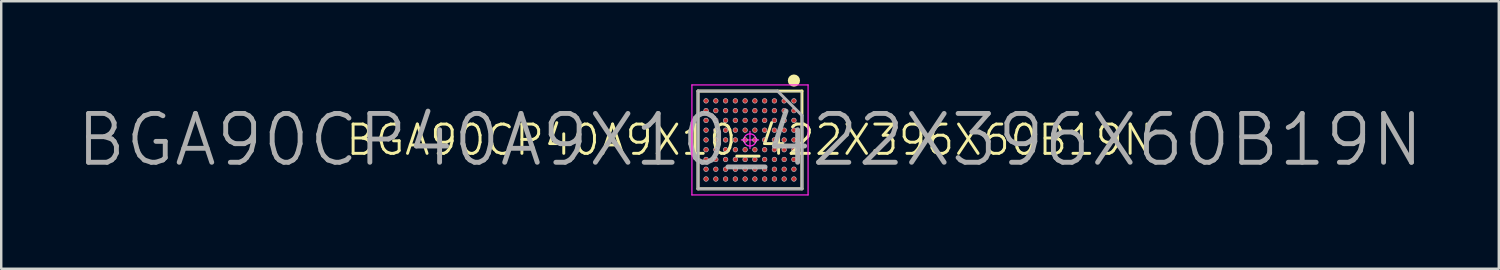
<source format=kicad_pcb>
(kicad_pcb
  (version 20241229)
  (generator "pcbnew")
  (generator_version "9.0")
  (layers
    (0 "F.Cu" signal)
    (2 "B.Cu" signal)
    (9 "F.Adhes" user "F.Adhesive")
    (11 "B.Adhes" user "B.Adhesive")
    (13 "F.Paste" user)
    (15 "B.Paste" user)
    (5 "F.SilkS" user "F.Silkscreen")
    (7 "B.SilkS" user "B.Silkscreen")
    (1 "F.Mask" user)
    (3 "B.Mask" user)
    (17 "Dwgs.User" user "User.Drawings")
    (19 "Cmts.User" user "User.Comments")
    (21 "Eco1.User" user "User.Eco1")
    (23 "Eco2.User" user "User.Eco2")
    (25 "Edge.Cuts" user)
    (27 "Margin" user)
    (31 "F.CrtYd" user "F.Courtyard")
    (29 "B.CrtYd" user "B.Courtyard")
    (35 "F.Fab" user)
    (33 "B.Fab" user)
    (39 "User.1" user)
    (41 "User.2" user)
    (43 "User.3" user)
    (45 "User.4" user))
  (footprint "BGA90CP40A9X10_422X396X60B19N"
    (layer "F.Cu")
    (at 27.671 2.682)
    (property "Reference" "BGA90CP40A9X10_422X396X60B19N" (at 0 0 0) (layer "F.SilkS") (effects (font (size 1.2 1.2) (thickness 0.12))))
    (attr smd)
    (fp_line (start -2.129 -2.002) (end 2.129 -2.002) (stroke (width 0.12) (type solid)) (layer "F.SilkS"))
    (fp_line (start -2.129 2.002) (end -2.129 -2.002) (stroke (width 0.12) (type solid)) (layer "F.SilkS"))
    (fp_line (start 2.129 -2.002) (end 2.129 2.002) (stroke (width 0.12) (type solid)) (layer "F.SilkS"))
    (fp_line (start 2.129 2.002) (end -2.129 2.002) (stroke (width 0.12) (type solid)) (layer "F.SilkS"))
    (fp_circle (center 1.8 -2.432) (end 1.8 -2.307) (stroke (width 0.25) (type solid)) (fill no) (layer "F.SilkS"))
    (fp_line (start -2.112 -1.984) (end 2.112 -1.984) (stroke (width 0.025) (type solid)) (layer "Dwgs.User"))
    (fp_line (start -2.112 1.984) (end -2.112 -1.984) (stroke (width 0.025) (type solid)) (layer "Dwgs.User"))
    (fp_line (start 2.112 -1.984) (end 2.112 1.984) (stroke (width 0.025) (type solid)) (layer "Dwgs.User"))
    (fp_line (start 2.112 1.984) (end -2.112 1.984) (stroke (width 0.025) (type solid)) (layer "Dwgs.User"))
    (fp_circle (center -1.8 -1.6) (end -1.8 -1.505) (stroke (width 0.025) (type solid)) (fill no) (layer "Dwgs.User"))
    (fp_circle (center -1.8 -1.2) (end -1.8 -1.105) (stroke (width 0.025) (type solid)) (fill no) (layer "Dwgs.User"))
    (fp_circle (center -1.8 -0.8) (end -1.8 -0.705) (stroke (width 0.025) (type solid)) (fill no) (layer "Dwgs.User"))
    (fp_circle (center -1.8 -0.4) (end -1.8 -0.305) (stroke (width 0.025) (type solid)) (fill no) (layer "Dwgs.User"))
    (fp_circle (center -1.8 0) (end -1.8 0.095) (stroke (width 0.025) (type solid)) (fill no) (layer "Dwgs.User"))
    (fp_circle (center -1.8 0.4) (end -1.8 0.495) (stroke (width 0.025) (type solid)) (fill no) (layer "Dwgs.User"))
    (fp_circle (center -1.8 0.8) (end -1.8 0.895) (stroke (width 0.025) (type solid)) (fill no) (layer "Dwgs.User"))
    (fp_circle (center -1.8 1.2) (end -1.8 1.295) (stroke (width 0.025) (type solid)) (fill no) (layer "Dwgs.User"))
    (fp_circle (center -1.8 1.6) (end -1.8 1.695) (stroke (width 0.025) (type solid)) (fill no) (layer "Dwgs.User"))
    (fp_circle (center -1.4 -1.6) (end -1.4 -1.505) (stroke (width 0.025) (type solid)) (fill no) (layer "Dwgs.User"))
    (fp_circle (center -1.4 -1.2) (end -1.4 -1.105) (stroke (width 0.025) (type solid)) (fill no) (layer "Dwgs.User"))
    (fp_circle (center -1.4 -0.8) (end -1.4 -0.705) (stroke (width 0.025) (type solid)) (fill no) (layer "Dwgs.User"))
    (fp_circle (center -1.4 -0.4) (end -1.4 -0.305) (stroke (width 0.025) (type solid)) (fill no) (layer "Dwgs.User"))
    (fp_circle (center -1.4 0) (end -1.4 0.095) (stroke (width 0.025) (type solid)) (fill no) (layer "Dwgs.User"))
    (fp_circle (center -1.4 0.4) (end -1.4 0.495) (stroke (width 0.025) (type solid)) (fill no) (layer "Dwgs.User"))
    (fp_circle (center -1.4 0.8) (end -1.4 0.895) (stroke (width 0.025) (type solid)) (fill no) (layer "Dwgs.User"))
    (fp_circle (center -1.4 1.2) (end -1.4 1.295) (stroke (width 0.025) (type solid)) (fill no) (layer "Dwgs.User"))
    (fp_circle (center -1.4 1.6) (end -1.4 1.695) (stroke (width 0.025) (type solid)) (fill no) (layer "Dwgs.User"))
    (fp_circle (center -1 -1.6) (end -1 -1.505) (stroke (width 0.025) (type solid)) (fill no) (layer "Dwgs.User"))
    (fp_circle (center -1 -1.2) (end -1 -1.105) (stroke (width 0.025) (type solid)) (fill no) (layer "Dwgs.User"))
    (fp_circle (center -1 -0.8) (end -1 -0.705) (stroke (width 0.025) (type solid)) (fill no) (layer "Dwgs.User"))
    (fp_circle (center -1 -0.4) (end -1 -0.305) (stroke (width 0.025) (type solid)) (fill no) (layer "Dwgs.User"))
    (fp_circle (center -1 0) (end -1 0.095) (stroke (width 0.025) (type solid)) (fill no) (layer "Dwgs.User"))
    (fp_circle (center -1 0.4) (end -1 0.495) (stroke (width 0.025) (type solid)) (fill no) (layer "Dwgs.User"))
    (fp_circle (center -1 0.8) (end -1 0.895) (stroke (width 0.025) (type solid)) (fill no) (layer "Dwgs.User"))
    (fp_circle (center -1 1.2) (end -1 1.295) (stroke (width 0.025) (type solid)) (fill no) (layer "Dwgs.User"))
    (fp_circle (center -1 1.6) (end -1 1.695) (stroke (width 0.025) (type solid)) (fill no) (layer "Dwgs.User"))
    (fp_circle (center -0.6 -1.6) (end -0.6 -1.505) (stroke (width 0.025) (type solid)) (fill no) (layer "Dwgs.User"))
    (fp_circle (center -0.6 -1.2) (end -0.6 -1.105) (stroke (width 0.025) (type solid)) (fill no) (layer "Dwgs.User"))
    (fp_circle (center -0.6 -0.8) (end -0.6 -0.705) (stroke (width 0.025) (type solid)) (fill no) (layer "Dwgs.User"))
    (fp_circle (center -0.6 -0.4) (end -0.6 -0.305) (stroke (width 0.025) (type solid)) (fill no) (layer "Dwgs.User"))
    (fp_circle (center -0.6 0) (end -0.6 0.095) (stroke (width 0.025) (type solid)) (fill no) (layer "Dwgs.User"))
    (fp_circle (center -0.6 0.4) (end -0.6 0.495) (stroke (width 0.025) (type solid)) (fill no) (layer "Dwgs.User"))
    (fp_circle (center -0.6 0.8) (end -0.6 0.895) (stroke (width 0.025) (type solid)) (fill no) (layer "Dwgs.User"))
    (fp_circle (center -0.6 1.2) (end -0.6 1.295) (stroke (width 0.025) (type solid)) (fill no) (layer "Dwgs.User"))
    (fp_circle (center -0.6 1.6) (end -0.6 1.695) (stroke (width 0.025) (type solid)) (fill no) (layer "Dwgs.User"))
    (fp_circle (center -0.2 -1.6) (end -0.2 -1.505) (stroke (width 0.025) (type solid)) (fill no) (layer "Dwgs.User"))
    (fp_circle (center -0.2 -1.2) (end -0.2 -1.105) (stroke (width 0.025) (type solid)) (fill no) (layer "Dwgs.User"))
    (fp_circle (center -0.2 -0.8) (end -0.2 -0.705) (stroke (width 0.025) (type solid)) (fill no) (layer "Dwgs.User"))
    (fp_circle (center -0.2 -0.4) (end -0.2 -0.305) (stroke (width 0.025) (type solid)) (fill no) (layer "Dwgs.User"))
    (fp_circle (center -0.2 0) (end -0.2 0.095) (stroke (width 0.025) (type solid)) (fill no) (layer "Dwgs.User"))
    (fp_circle (center -0.2 0.4) (end -0.2 0.495) (stroke (width 0.025) (type solid)) (fill no) (layer "Dwgs.User"))
    (fp_circle (center -0.2 0.8) (end -0.2 0.895) (stroke (width 0.025) (type solid)) (fill no) (layer "Dwgs.User"))
    (fp_circle (center -0.2 1.2) (end -0.2 1.295) (stroke (width 0.025) (type solid)) (fill no) (layer "Dwgs.User"))
    (fp_circle (center -0.2 1.6) (end -0.2 1.695) (stroke (width 0.025) (type solid)) (fill no) (layer "Dwgs.User"))
    (fp_circle (center 0.2 -1.6) (end 0.2 -1.505) (stroke (width 0.025) (type solid)) (fill no) (layer "Dwgs.User"))
    (fp_circle (center 0.2 -1.2) (end 0.2 -1.105) (stroke (width 0.025) (type solid)) (fill no) (layer "Dwgs.User"))
    (fp_circle (center 0.2 -0.8) (end 0.2 -0.705) (stroke (width 0.025) (type solid)) (fill no) (layer "Dwgs.User"))
    (fp_circle (center 0.2 -0.4) (end 0.2 -0.305) (stroke (width 0.025) (type solid)) (fill no) (layer "Dwgs.User"))
    (fp_circle (center 0.2 0) (end 0.2 0.095) (stroke (width 0.025) (type solid)) (fill no) (layer "Dwgs.User"))
    (fp_circle (center 0.2 0.4) (end 0.2 0.495) (stroke (width 0.025) (type solid)) (fill no) (layer "Dwgs.User"))
    (fp_circle (center 0.2 0.8) (end 0.2 0.895) (stroke (width 0.025) (type solid)) (fill no) (layer "Dwgs.User"))
    (fp_circle (center 0.2 1.2) (end 0.2 1.295) (stroke (width 0.025) (type solid)) (fill no) (layer "Dwgs.User"))
    (fp_circle (center 0.2 1.6) (end 0.2 1.695) (stroke (width 0.025) (type solid)) (fill no) (layer "Dwgs.User"))
    (fp_circle (center 0.6 -1.6) (end 0.6 -1.505) (stroke (width 0.025) (type solid)) (fill no) (layer "Dwgs.User"))
    (fp_circle (center 0.6 -1.2) (end 0.6 -1.105) (stroke (width 0.025) (type solid)) (fill no) (layer "Dwgs.User"))
    (fp_circle (center 0.6 -0.8) (end 0.6 -0.705) (stroke (width 0.025) (type solid)) (fill no) (layer "Dwgs.User"))
    (fp_circle (center 0.6 -0.4) (end 0.6 -0.305) (stroke (width 0.025) (type solid)) (fill no) (layer "Dwgs.User"))
    (fp_circle (center 0.6 0) (end 0.6 0.095) (stroke (width 0.025) (type solid)) (fill no) (layer "Dwgs.User"))
    (fp_circle (center 0.6 0.4) (end 0.6 0.495) (stroke (width 0.025) (type solid)) (fill no) (layer "Dwgs.User"))
    (fp_circle (center 0.6 0.8) (end 0.6 0.895) (stroke (width 0.025) (type solid)) (fill no) (layer "Dwgs.User"))
    (fp_circle (center 0.6 1.2) (end 0.6 1.295) (stroke (width 0.025) (type solid)) (fill no) (layer "Dwgs.User"))
    (fp_circle (center 0.6 1.6) (end 0.6 1.695) (stroke (width 0.025) (type solid)) (fill no) (layer "Dwgs.User"))
    (fp_circle (center 1 -1.6) (end 1 -1.505) (stroke (width 0.025) (type solid)) (fill no) (layer "Dwgs.User"))
    (fp_circle (center 1 -1.2) (end 1 -1.105) (stroke (width 0.025) (type solid)) (fill no) (layer "Dwgs.User"))
    (fp_circle (center 1 -0.8) (end 1 -0.705) (stroke (width 0.025) (type solid)) (fill no) (layer "Dwgs.User"))
    (fp_circle (center 1 -0.4) (end 1 -0.305) (stroke (width 0.025) (type solid)) (fill no) (layer "Dwgs.User"))
    (fp_circle (center 1 0) (end 1 0.095) (stroke (width 0.025) (type solid)) (fill no) (layer "Dwgs.User"))
    (fp_circle (center 1 0.4) (end 1 0.495) (stroke (width 0.025) (type solid)) (fill no) (layer "Dwgs.User"))
    (fp_circle (center 1 0.8) (end 1 0.895) (stroke (width 0.025) (type solid)) (fill no) (layer "Dwgs.User"))
    (fp_circle (center 1 1.2) (end 1 1.295) (stroke (width 0.025) (type solid)) (fill no) (layer "Dwgs.User"))
    (fp_circle (center 1 1.6) (end 1 1.695) (stroke (width 0.025) (type solid)) (fill no) (layer "Dwgs.User"))
    (fp_circle (center 1.4 -1.6) (end 1.4 -1.505) (stroke (width 0.025) (type solid)) (fill no) (layer "Dwgs.User"))
    (fp_circle (center 1.4 -1.2) (end 1.4 -1.105) (stroke (width 0.025) (type solid)) (fill no) (layer "Dwgs.User"))
    (fp_circle (center 1.4 -0.8) (end 1.4 -0.705) (stroke (width 0.025) (type solid)) (fill no) (layer "Dwgs.User"))
    (fp_circle (center 1.4 -0.4) (end 1.4 -0.305) (stroke (width 0.025) (type solid)) (fill no) (layer "Dwgs.User"))
    (fp_circle (center 1.4 0) (end 1.4 0.095) (stroke (width 0.025) (type solid)) (fill no) (layer "Dwgs.User"))
    (fp_circle (center 1.4 0.4) (end 1.4 0.495) (stroke (width 0.025) (type solid)) (fill no) (layer "Dwgs.User"))
    (fp_circle (center 1.4 0.8) (end 1.4 0.895) (stroke (width 0.025) (type solid)) (fill no) (layer "Dwgs.User"))
    (fp_circle (center 1.4 1.2) (end 1.4 1.295) (stroke (width 0.025) (type solid)) (fill no) (layer "Dwgs.User"))
    (fp_circle (center 1.4 1.6) (end 1.4 1.695) (stroke (width 0.025) (type solid)) (fill no) (layer "Dwgs.User"))
    (fp_circle (center 1.8 -1.6) (end 1.8 -1.505) (stroke (width 0.025) (type solid)) (fill no) (layer "Dwgs.User"))
    (fp_circle (center 1.8 -1.2) (end 1.8 -1.105) (stroke (width 0.025) (type solid)) (fill no) (layer "Dwgs.User"))
    (fp_circle (center 1.8 -0.8) (end 1.8 -0.705) (stroke (width 0.025) (type solid)) (fill no) (layer "Dwgs.User"))
    (fp_circle (center 1.8 -0.4) (end 1.8 -0.305) (stroke (width 0.025) (type solid)) (fill no) (layer "Dwgs.User"))
    (fp_circle (center 1.8 0) (end 1.8 0.095) (stroke (width 0.025) (type solid)) (fill no) (layer "Dwgs.User"))
    (fp_circle (center 1.8 0.4) (end 1.8 0.495) (stroke (width 0.025) (type solid)) (fill no) (layer "Dwgs.User"))
    (fp_circle (center 1.8 0.8) (end 1.8 0.895) (stroke (width 0.025) (type solid)) (fill no) (layer "Dwgs.User"))
    (fp_circle (center 1.8 1.2) (end 1.8 1.295) (stroke (width 0.025) (type solid)) (fill no) (layer "Dwgs.User"))
    (fp_circle (center 1.8 1.6) (end 1.8 1.695) (stroke (width 0.025) (type solid)) (fill no) (layer "Dwgs.User"))
    (fp_line (start -2.379 -2.252) (end -2.379 2.252) (stroke (width 0.05) (type solid)) (layer "F.CrtYd"))
    (fp_line (start -2.379 2.252) (end 2.379 2.252) (stroke (width 0.05) (type solid)) (layer "F.CrtYd"))
    (fp_line (start 0 0.35) (end 0 -0.35) (stroke (width 0.05) (type solid)) (layer "F.CrtYd"))
    (fp_line (start 0.35 0) (end -0.35 0) (stroke (width 0.05) (type solid)) (layer "F.CrtYd"))
    (fp_line (start 2.379 -2.252) (end -2.379 -2.252) (stroke (width 0.05) (type solid)) (layer "F.CrtYd"))
    (fp_line (start 2.379 2.252) (end 2.379 -2.252) (stroke (width 0.05) (type solid)) (layer "F.CrtYd"))
    (fp_circle (center 0 0) (end 0 0.25) (stroke (width 0.05) (type solid)) (fill no) (layer "F.CrtYd"))
    (fp_line (start -2.129 -2.002) (end 1.129 -2.002) (stroke (width 0.12) (type solid)) (layer "F.Fab"))
    (fp_line (start -2.129 2.002) (end -2.129 -2.002) (stroke (width 0.12) (type solid)) (layer "F.Fab"))
    (fp_line (start 1.129 -2.002) (end 2.129 -1.002) (stroke (width 0.12) (type solid)) (layer "F.Fab"))
    (fp_line (start 2.129 -1.002) (end 2.129 2.002) (stroke (width 0.12) (type solid)) (layer "F.Fab"))
    (fp_line (start 2.129 2.002) (end -2.129 2.002) (stroke (width 0.12) (type solid)) (layer "F.Fab"))
    (fp_text user "${REFERENCE}" (at 0 0 0) (layer "F.Fab") (effects (font (size 2 2) (thickness 0.2))))
    (pad "A1" smd circle (at 1.8 -1.6) (size 0.19 0.19) (layers "F.Cu" "F.Mask" "F.Paste"))
    (pad "A2" smd circle (at 1.4 -1.6) (size 0.19 0.19) (layers "F.Cu" "F.Mask" "F.Paste"))
    (pad "A3" smd circle (at 1 -1.6) (size 0.19 0.19) (layers "F.Cu" "F.Mask" "F.Paste"))
    (pad "A4" smd circle (at 0.6 -1.6) (size 0.19 0.19) (layers "F.Cu" "F.Mask" "F.Paste"))
    (pad "A5" smd circle (at 0.2 -1.6) (size 0.19 0.19) (layers "F.Cu" "F.Mask" "F.Paste"))
    (pad "A6" smd circle (at -0.2 -1.6) (size 0.19 0.19) (layers "F.Cu" "F.Mask" "F.Paste"))
    (pad "A7" smd circle (at -0.6 -1.6) (size 0.19 0.19) (layers "F.Cu" "F.Mask" "F.Paste"))
    (pad "A8" smd circle (at -1 -1.6) (size 0.19 0.19) (layers "F.Cu" "F.Mask" "F.Paste"))
    (pad "A9" smd circle (at -1.4 -1.6) (size 0.19 0.19) (layers "F.Cu" "F.Mask" "F.Paste"))
    (pad "A10" smd circle (at -1.8 -1.6) (size 0.19 0.19) (layers "F.Cu" "F.Mask" "F.Paste"))
    (pad "B1" smd circle (at 1.8 -1.2) (size 0.19 0.19) (layers "F.Cu" "F.Mask" "F.Paste"))
    (pad "B2" smd circle (at 1.4 -1.2) (size 0.19 0.19) (layers "F.Cu" "F.Mask" "F.Paste"))
    (pad "B3" smd circle (at 1 -1.2) (size 0.19 0.19) (layers "F.Cu" "F.Mask" "F.Paste"))
    (pad "B4" smd circle (at 0.6 -1.2) (size 0.19 0.19) (layers "F.Cu" "F.Mask" "F.Paste"))
    (pad "B5" smd circle (at 0.2 -1.2) (size 0.19 0.19) (layers "F.Cu" "F.Mask" "F.Paste"))
    (pad "B6" smd circle (at -0.2 -1.2) (size 0.19 0.19) (layers "F.Cu" "F.Mask" "F.Paste"))
    (pad "B7" smd circle (at -0.6 -1.2) (size 0.19 0.19) (layers "F.Cu" "F.Mask" "F.Paste"))
    (pad "B8" smd circle (at -1 -1.2) (size 0.19 0.19) (layers "F.Cu" "F.Mask" "F.Paste"))
    (pad "B9" smd circle (at -1.4 -1.2) (size 0.19 0.19) (layers "F.Cu" "F.Mask" "F.Paste"))
    (pad "B10" smd circle (at -1.8 -1.2) (size 0.19 0.19) (layers "F.Cu" "F.Mask" "F.Paste"))
    (pad "C1" smd circle (at 1.8 -0.8) (size 0.19 0.19) (layers "F.Cu" "F.Mask" "F.Paste"))
    (pad "C2" smd circle (at 1.4 -0.8) (size 0.19 0.19) (layers "F.Cu" "F.Mask" "F.Paste"))
    (pad "C3" smd circle (at 1 -0.8) (size 0.19 0.19) (layers "F.Cu" "F.Mask" "F.Paste"))
    (pad "C4" smd circle (at 0.6 -0.8) (size 0.19 0.19) (layers "F.Cu" "F.Mask" "F.Paste"))
    (pad "C5" smd circle (at 0.2 -0.8) (size 0.19 0.19) (layers "F.Cu" "F.Mask" "F.Paste"))
    (pad "C6" smd circle (at -0.2 -0.8) (size 0.19 0.19) (layers "F.Cu" "F.Mask" "F.Paste"))
    (pad "C7" smd circle (at -0.6 -0.8) (size 0.19 0.19) (layers "F.Cu" "F.Mask" "F.Paste"))
    (pad "C8" smd circle (at -1 -0.8) (size 0.19 0.19) (layers "F.Cu" "F.Mask" "F.Paste"))
    (pad "C9" smd circle (at -1.4 -0.8) (size 0.19 0.19) (layers "F.Cu" "F.Mask" "F.Paste"))
    (pad "C10" smd circle (at -1.8 -0.8) (size 0.19 0.19) (layers "F.Cu" "F.Mask" "F.Paste"))
    (pad "D1" smd circle (at 1.8 -0.4) (size 0.19 0.19) (layers "F.Cu" "F.Mask" "F.Paste"))
    (pad "D2" smd circle (at 1.4 -0.4) (size 0.19 0.19) (layers "F.Cu" "F.Mask" "F.Paste"))
    (pad "D3" smd circle (at 1 -0.4) (size 0.19 0.19) (layers "F.Cu" "F.Mask" "F.Paste"))
    (pad "D4" smd circle (at 0.6 -0.4) (size 0.19 0.19) (layers "F.Cu" "F.Mask" "F.Paste"))
    (pad "D5" smd circle (at 0.2 -0.4) (size 0.19 0.19) (layers "F.Cu" "F.Mask" "F.Paste"))
    (pad "D6" smd circle (at -0.2 -0.4) (size 0.19 0.19) (layers "F.Cu" "F.Mask" "F.Paste"))
    (pad "D7" smd circle (at -0.6 -0.4) (size 0.19 0.19) (layers "F.Cu" "F.Mask" "F.Paste"))
    (pad "D8" smd circle (at -1 -0.4) (size 0.19 0.19) (layers "F.Cu" "F.Mask" "F.Paste"))
    (pad "D9" smd circle (at -1.4 -0.4) (size 0.19 0.19) (layers "F.Cu" "F.Mask" "F.Paste"))
    (pad "D10" smd circle (at -1.8 -0.4) (size 0.19 0.19) (layers "F.Cu" "F.Mask" "F.Paste"))
    (pad "E1" smd circle (at 1.8 0) (size 0.19 0.19) (layers "F.Cu" "F.Mask" "F.Paste"))
    (pad "E2" smd circle (at 1.4 0) (size 0.19 0.19) (layers "F.Cu" "F.Mask" "F.Paste"))
    (pad "E3" smd circle (at 1 0) (size 0.19 0.19) (layers "F.Cu" "F.Mask" "F.Paste"))
    (pad "E4" smd circle (at 0.6 0) (size 0.19 0.19) (layers "F.Cu" "F.Mask" "F.Paste"))
    (pad "E5" smd circle (at 0.2 0) (size 0.19 0.19) (layers "F.Cu" "F.Mask" "F.Paste"))
    (pad "E6" smd circle (at -0.2 0) (size 0.19 0.19) (layers "F.Cu" "F.Mask" "F.Paste"))
    (pad "E7" smd circle (at -0.6 0) (size 0.19 0.19) (layers "F.Cu" "F.Mask" "F.Paste"))
    (pad "E8" smd circle (at -1 0) (size 0.19 0.19) (layers "F.Cu" "F.Mask" "F.Paste"))
    (pad "E9" smd circle (at -1.4 0) (size 0.19 0.19) (layers "F.Cu" "F.Mask" "F.Paste"))
    (pad "E10" smd circle (at -1.8 0) (size 0.19 0.19) (layers "F.Cu" "F.Mask" "F.Paste"))
    (pad "F1" smd circle (at 1.8 0.4) (size 0.19 0.19) (layers "F.Cu" "F.Mask" "F.Paste"))
    (pad "F2" smd circle (at 1.4 0.4) (size 0.19 0.19) (layers "F.Cu" "F.Mask" "F.Paste"))
    (pad "F3" smd circle (at 1 0.4) (size 0.19 0.19) (layers "F.Cu" "F.Mask" "F.Paste"))
    (pad "F4" smd circle (at 0.6 0.4) (size 0.19 0.19) (layers "F.Cu" "F.Mask" "F.Paste"))
    (pad "F5" smd circle (at 0.2 0.4) (size 0.19 0.19) (layers "F.Cu" "F.Mask" "F.Paste"))
    (pad "F6" smd circle (at -0.2 0.4) (size 0.19 0.19) (layers "F.Cu" "F.Mask" "F.Paste"))
    (pad "F7" smd circle (at -0.6 0.4) (size 0.19 0.19) (layers "F.Cu" "F.Mask" "F.Paste"))
    (pad "F8" smd circle (at -1 0.4) (size 0.19 0.19) (layers "F.Cu" "F.Mask" "F.Paste"))
    (pad "F9" smd circle (at -1.4 0.4) (size 0.19 0.19) (layers "F.Cu" "F.Mask" "F.Paste"))
    (pad "F10" smd circle (at -1.8 0.4) (size 0.19 0.19) (layers "F.Cu" "F.Mask" "F.Paste"))
    (pad "G1" smd circle (at 1.8 0.8) (size 0.19 0.19) (layers "F.Cu" "F.Mask" "F.Paste"))
    (pad "G2" smd circle (at 1.4 0.8) (size 0.19 0.19) (layers "F.Cu" "F.Mask" "F.Paste"))
    (pad "G3" smd circle (at 1 0.8) (size 0.19 0.19) (layers "F.Cu" "F.Mask" "F.Paste"))
    (pad "G4" smd circle (at 0.6 0.8) (size 0.19 0.19) (layers "F.Cu" "F.Mask" "F.Paste"))
    (pad "G5" smd circle (at 0.2 0.8) (size 0.19 0.19) (layers "F.Cu" "F.Mask" "F.Paste"))
    (pad "G6" smd circle (at -0.2 0.8) (size 0.19 0.19) (layers "F.Cu" "F.Mask" "F.Paste"))
    (pad "G7" smd circle (at -0.6 0.8) (size 0.19 0.19) (layers "F.Cu" "F.Mask" "F.Paste"))
    (pad "G8" smd circle (at -1 0.8) (size 0.19 0.19) (layers "F.Cu" "F.Mask" "F.Paste"))
    (pad "G9" smd circle (at -1.4 0.8) (size 0.19 0.19) (layers "F.Cu" "F.Mask" "F.Paste"))
    (pad "G10" smd circle (at -1.8 0.8) (size 0.19 0.19) (layers "F.Cu" "F.Mask" "F.Paste"))
    (pad "H1" smd circle (at 1.8 1.2) (size 0.19 0.19) (layers "F.Cu" "F.Mask" "F.Paste"))
    (pad "H2" smd circle (at 1.4 1.2) (size 0.19 0.19) (layers "F.Cu" "F.Mask" "F.Paste"))
    (pad "H3" smd circle (at 1 1.2) (size 0.19 0.19) (layers "F.Cu" "F.Mask" "F.Paste"))
    (pad "H4" smd circle (at 0.6 1.2) (size 0.19 0.19) (layers "F.Cu" "F.Mask" "F.Paste"))
    (pad "H5" smd circle (at 0.2 1.2) (size 0.19 0.19) (layers "F.Cu" "F.Mask" "F.Paste"))
    (pad "H6" smd circle (at -0.2 1.2) (size 0.19 0.19) (layers "F.Cu" "F.Mask" "F.Paste"))
    (pad "H7" smd circle (at -0.6 1.2) (size 0.19 0.19) (layers "F.Cu" "F.Mask" "F.Paste"))
    (pad "H8" smd circle (at -1 1.2) (size 0.19 0.19) (layers "F.Cu" "F.Mask" "F.Paste"))
    (pad "H9" smd circle (at -1.4 1.2) (size 0.19 0.19) (layers "F.Cu" "F.Mask" "F.Paste"))
    (pad "H10" smd circle (at -1.8 1.2) (size 0.19 0.19) (layers "F.Cu" "F.Mask" "F.Paste"))
    (pad "J1" smd circle (at 1.8 1.6) (size 0.19 0.19) (layers "F.Cu" "F.Mask" "F.Paste"))
    (pad "J2" smd circle (at 1.4 1.6) (size 0.19 0.19) (layers "F.Cu" "F.Mask" "F.Paste"))
    (pad "J3" smd circle (at 1 1.6) (size 0.19 0.19) (layers "F.Cu" "F.Mask" "F.Paste"))
    (pad "J4" smd circle (at 0.6 1.6) (size 0.19 0.19) (layers "F.Cu" "F.Mask" "F.Paste"))
    (pad "J5" smd circle (at 0.2 1.6) (size 0.19 0.19) (layers "F.Cu" "F.Mask" "F.Paste"))
    (pad "J6" smd circle (at -0.2 1.6) (size 0.19 0.19) (layers "F.Cu" "F.Mask" "F.Paste"))
    (pad "J7" smd circle (at -0.6 1.6) (size 0.19 0.19) (layers "F.Cu" "F.Mask" "F.Paste"))
    (pad "J8" smd circle (at -1 1.6) (size 0.19 0.19) (layers "F.Cu" "F.Mask" "F.Paste"))
    (pad "J9" smd circle (at -1.4 1.6) (size 0.19 0.19) (layers "F.Cu" "F.Mask" "F.Paste"))
    (pad "J10" smd circle (at -1.8 1.6) (size 0.19 0.19) (layers "F.Cu" "F.Mask" "F.Paste")))
  (gr_rect
    (start -3 -3)
    (end 58.343 7.959)
    (stroke (width 0.1) (type default))
    (fill no)
    (layer "Edge.Cuts")))
</source>
